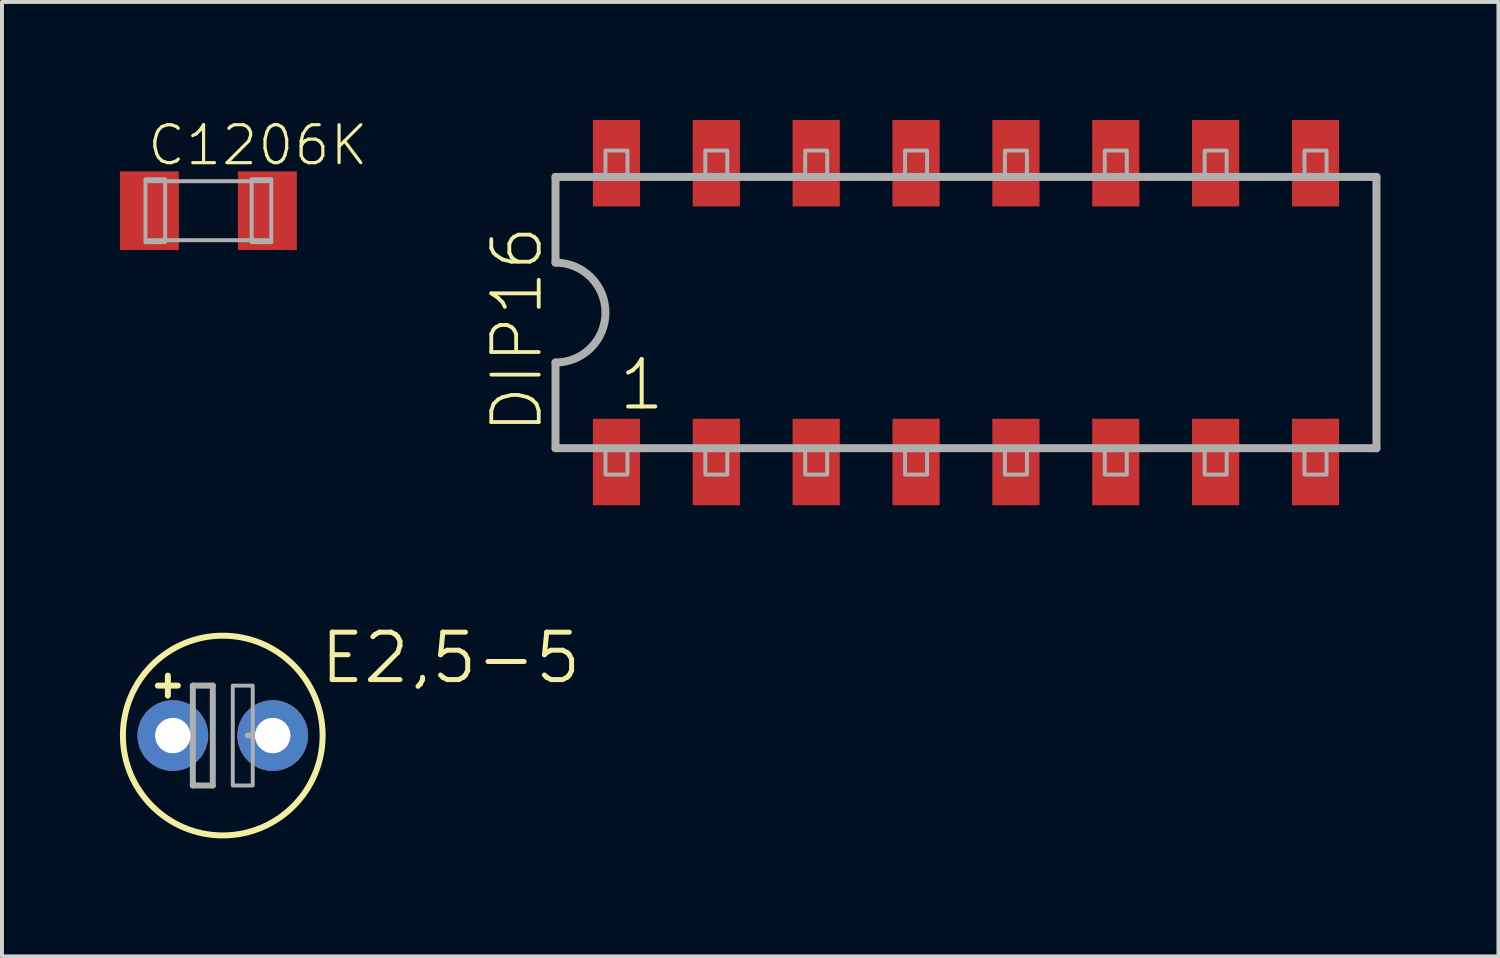
<source format=kicad_pcb>
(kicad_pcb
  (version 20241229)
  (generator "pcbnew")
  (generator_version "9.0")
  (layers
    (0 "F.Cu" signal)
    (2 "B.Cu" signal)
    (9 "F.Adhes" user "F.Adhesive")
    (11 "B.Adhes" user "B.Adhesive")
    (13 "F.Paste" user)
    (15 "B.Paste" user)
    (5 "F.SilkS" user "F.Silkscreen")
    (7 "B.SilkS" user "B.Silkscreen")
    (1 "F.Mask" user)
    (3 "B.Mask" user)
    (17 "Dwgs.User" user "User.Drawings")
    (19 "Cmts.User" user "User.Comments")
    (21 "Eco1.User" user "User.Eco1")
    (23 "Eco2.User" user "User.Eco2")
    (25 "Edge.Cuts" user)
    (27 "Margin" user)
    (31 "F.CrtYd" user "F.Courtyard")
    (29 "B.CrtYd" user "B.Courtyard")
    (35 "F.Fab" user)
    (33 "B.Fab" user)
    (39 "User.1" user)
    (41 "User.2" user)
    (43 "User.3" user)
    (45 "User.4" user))
  (footprint "C1206K"
    (layer "F.Cu")
    (at 2.25 2.309)
    (property "Reference" "C1206K" (at -1.6 -1.1 0) (layer "F.SilkS") (effects (font (size 0.965 0.965) (thickness 0.081)) (justify left bottom)))
    (attr through_hole)
    (fp_line (start -1.525 -0.75) (end 1.525 -0.75) (stroke (width 0.102) (type solid)) (layer "F.Fab"))
    (fp_line (start 1.525 0.75) (end -1.525 0.75) (stroke (width 0.102) (type solid)) (layer "F.Fab"))
    (fp_poly (pts (xy -1.6 0.8) (xy -1.1 0.8) (xy -1.1 -0.8) (xy -1.6 -0.8)) (stroke (width 0.1) (type solid)) (fill no) (layer "F.Fab"))
    (fp_poly (pts (xy 1.1 0.8) (xy 1.6 0.8) (xy 1.6 -0.8) (xy 1.1 -0.8)) (stroke (width 0.1) (type solid)) (fill no) (layer "F.Fab"))
    (pad "1" smd rect (at -1.5 0) (size 1.5 2) (layers "F.Cu" "F.Mask" "F.Paste"))
    (pad "2" smd rect (at 1.5 0) (size 1.5 2) (layers "F.Cu" "F.Mask" "F.Paste")))
  (footprint "DIP16"
    (layer "F.Cu")
    (at 21.519 4.9)
    (property "Reference" "DIP16" (at -10.715 3.135 90) (layer "F.SilkS") (effects (font (size 1.206 1.206) (thickness 0.097)) (justify left bottom)))
    (attr through_hole)
    (fp_line (start -10.44 -3.45) (end -10.44 -1.27) (stroke (width 0.203) (type solid)) (layer "F.Fab"))
    (fp_line (start -10.44 1.27) (end -10.44 3.45) (stroke (width 0.203) (type solid)) (layer "F.Fab"))
    (fp_line (start -10.44 3.45) (end 10.44 3.45) (stroke (width 0.203) (type solid)) (layer "F.Fab"))
    (fp_line (start 10.44 -3.45) (end -10.44 -3.45) (stroke (width 0.203) (type solid)) (layer "F.Fab"))
    (fp_line (start 10.44 3.45) (end 10.44 -3.45) (stroke (width 0.203) (type solid)) (layer "F.Fab"))
    (fp_arc (start -10.44 -1.27) (mid -9.17 0) (end -10.44 1.27) (stroke (width 0.2032) (type solid)) (layer "F.Fab"))
    (fp_poly (pts (xy -9.17 -3.45) (xy -8.61 -3.45) (xy -8.61 -4.12) (xy -9.17 -4.12)) (stroke (width 0.1) (type solid)) (fill no) (layer "F.Fab"))
    (fp_poly (pts (xy -9.17 4.12) (xy -8.61 4.12) (xy -8.61 3.45) (xy -9.17 3.45)) (stroke (width 0.1) (type solid)) (fill no) (layer "F.Fab"))
    (fp_poly (pts (xy -6.63 -3.45) (xy -6.07 -3.45) (xy -6.07 -4.12) (xy -6.63 -4.12)) (stroke (width 0.1) (type solid)) (fill no) (layer "F.Fab"))
    (fp_poly (pts (xy -6.63 4.12) (xy -6.07 4.12) (xy -6.07 3.45) (xy -6.63 3.45)) (stroke (width 0.1) (type solid)) (fill no) (layer "F.Fab"))
    (fp_poly (pts (xy -4.09 -3.45) (xy -3.53 -3.45) (xy -3.53 -4.12) (xy -4.09 -4.12)) (stroke (width 0.1) (type solid)) (fill no) (layer "F.Fab"))
    (fp_poly (pts (xy -4.09 4.12) (xy -3.53 4.12) (xy -3.53 3.45) (xy -4.09 3.45)) (stroke (width 0.1) (type solid)) (fill no) (layer "F.Fab"))
    (fp_poly (pts (xy -1.55 -3.45) (xy -0.99 -3.45) (xy -0.99 -4.12) (xy -1.55 -4.12)) (stroke (width 0.1) (type solid)) (fill no) (layer "F.Fab"))
    (fp_poly (pts (xy -1.55 4.12) (xy -0.99 4.12) (xy -0.99 3.45) (xy -1.55 3.45)) (stroke (width 0.1) (type solid)) (fill no) (layer "F.Fab"))
    (fp_poly (pts (xy 0.99 -3.45) (xy 1.55 -3.45) (xy 1.55 -4.12) (xy 0.99 -4.12)) (stroke (width 0.1) (type solid)) (fill no) (layer "F.Fab"))
    (fp_poly (pts (xy 0.99 4.12) (xy 1.55 4.12) (xy 1.55 3.45) (xy 0.99 3.45)) (stroke (width 0.1) (type solid)) (fill no) (layer "F.Fab"))
    (fp_poly (pts (xy 3.53 -3.45) (xy 4.09 -3.45) (xy 4.09 -4.12) (xy 3.53 -4.12)) (stroke (width 0.1) (type solid)) (fill no) (layer "F.Fab"))
    (fp_poly (pts (xy 3.53 4.12) (xy 4.09 4.12) (xy 4.09 3.45) (xy 3.53 3.45)) (stroke (width 0.1) (type solid)) (fill no) (layer "F.Fab"))
    (fp_poly (pts (xy 6.07 -3.45) (xy 6.63 -3.45) (xy 6.63 -4.12) (xy 6.07 -4.12)) (stroke (width 0.1) (type solid)) (fill no) (layer "F.Fab"))
    (fp_poly (pts (xy 6.07 4.12) (xy 6.63 4.12) (xy 6.63 3.45) (xy 6.07 3.45)) (stroke (width 0.1) (type solid)) (fill no) (layer "F.Fab"))
    (fp_poly (pts (xy 8.61 -3.45) (xy 9.17 -3.45) (xy 9.17 -4.12) (xy 8.61 -4.12)) (stroke (width 0.1) (type solid)) (fill no) (layer "F.Fab"))
    (fp_poly (pts (xy 8.61 4.12) (xy 9.17 4.12) (xy 9.17 3.45) (xy 8.61 3.45)) (stroke (width 0.1) (type solid)) (fill no) (layer "F.Fab"))
    (fp_text user "1" (at -8.89 2.54 0) (layer "F.SilkS") (effects (font (size 1.206 1.206) (thickness 0.102)) (justify left bottom)))
    (pad "1" smd rect (at -8.89 3.8) (size 1.2 2.2) (layers "F.Cu" "F.Mask" "F.Paste"))
    (pad "2" smd rect (at -6.35 3.8) (size 1.2 2.2) (layers "F.Cu" "F.Mask" "F.Paste"))
    (pad "3" smd rect (at -3.81 3.8) (size 1.2 2.2) (layers "F.Cu" "F.Mask" "F.Paste"))
    (pad "4" smd rect (at -1.27 3.8) (size 1.2 2.2) (layers "F.Cu" "F.Mask" "F.Paste"))
    (pad "5" smd rect (at 1.27 3.8) (size 1.2 2.2) (layers "F.Cu" "F.Mask" "F.Paste"))
    (pad "6" smd rect (at 3.81 3.8) (size 1.2 2.2) (layers "F.Cu" "F.Mask" "F.Paste"))
    (pad "7" smd rect (at 6.35 3.8) (size 1.2 2.2) (layers "F.Cu" "F.Mask" "F.Paste"))
    (pad "8" smd rect (at 8.89 3.8) (size 1.2 2.2) (layers "F.Cu" "F.Mask" "F.Paste"))
    (pad "9" smd rect (at 8.89 -3.8) (size 1.2 2.2) (layers "F.Cu" "F.Mask" "F.Paste"))
    (pad "10" smd rect (at 6.35 -3.8) (size 1.2 2.2) (layers "F.Cu" "F.Mask" "F.Paste"))
    (pad "11" smd rect (at 3.81 -3.8) (size 1.2 2.2) (layers "F.Cu" "F.Mask" "F.Paste"))
    (pad "12" smd rect (at 1.27 -3.8) (size 1.2 2.2) (layers "F.Cu" "F.Mask" "F.Paste"))
    (pad "13" smd rect (at -1.27 -3.8) (size 1.2 2.2) (layers "F.Cu" "F.Mask" "F.Paste"))
    (pad "14" smd rect (at -3.81 -3.8) (size 1.2 2.2) (layers "F.Cu" "F.Mask" "F.Paste"))
    (pad "15" smd rect (at -6.35 -3.8) (size 1.2 2.2) (layers "F.Cu" "F.Mask" "F.Paste"))
    (pad "16" smd rect (at -8.89 -3.8) (size 1.2 2.2) (layers "F.Cu" "F.Mask" "F.Paste")))
  (footprint "E2,5-5"
    (layer "F.Cu")
    (at 2.616 15.658)
    (property "Reference" "E2,5-5" (at 2.413 -1.27 0) (layer "F.SilkS") (effects (font (size 1.206 1.206) (thickness 0.127)) (justify left bottom)))
    (attr through_hole)
    (fp_line (start -1.651 -1.27) (end -1.397 -1.27) (stroke (width 0.152) (type solid)) (layer "F.SilkS"))
    (fp_line (start -1.397 -1.27) (end -1.397 -1.524) (stroke (width 0.152) (type solid)) (layer "F.SilkS"))
    (fp_line (start -1.397 -1.27) (end -1.143 -1.27) (stroke (width 0.152) (type solid)) (layer "F.SilkS"))
    (fp_line (start -1.397 -1.016) (end -1.397 -1.27) (stroke (width 0.152) (type solid)) (layer "F.SilkS"))
    (fp_circle (center 0 0) (end 2.54 0) (stroke (width 0.152) (type solid)) (fill no) (layer "F.SilkS"))
    (fp_line (start -1.651 0) (end -0.762 0) (stroke (width 0.152) (type solid)) (layer "F.Fab"))
    (fp_line (start -0.762 -1.27) (end -0.762 0) (stroke (width 0.152) (type solid)) (layer "F.Fab"))
    (fp_line (start -0.762 0) (end -0.762 1.27) (stroke (width 0.152) (type solid)) (layer "F.Fab"))
    (fp_line (start -0.762 1.27) (end -0.254 1.27) (stroke (width 0.152) (type solid)) (layer "F.Fab"))
    (fp_line (start -0.254 -1.27) (end -0.762 -1.27) (stroke (width 0.152) (type solid)) (layer "F.Fab"))
    (fp_line (start -0.254 1.27) (end -0.254 -1.27) (stroke (width 0.152) (type solid)) (layer "F.Fab"))
    (fp_line (start 0.635 0) (end 1.651 0) (stroke (width 0.152) (type solid)) (layer "F.Fab"))
    (fp_poly (pts (xy 0.254 1.27) (xy 0.762 1.27) (xy 0.762 -1.27) (xy 0.254 -1.27)) (stroke (width 0.1) (type solid)) (fill no) (layer "F.Fab"))
    (pad "+" thru_hole circle (at -1.27 0) (size 1.8 1.8) (drill 0.9) (layers "*.Cu" "*.Mask"))
    (pad "-" thru_hole circle (at 1.27 0) (size 1.8 1.8) (drill 0.9) (layers "*.Cu" "*.Mask")))
  (gr_rect
    (start -3 -3)
    (end 35.061 21.274)
    (stroke (width 0.1) (type default))
    (fill no)
    (layer "Edge.Cuts")))
</source>
